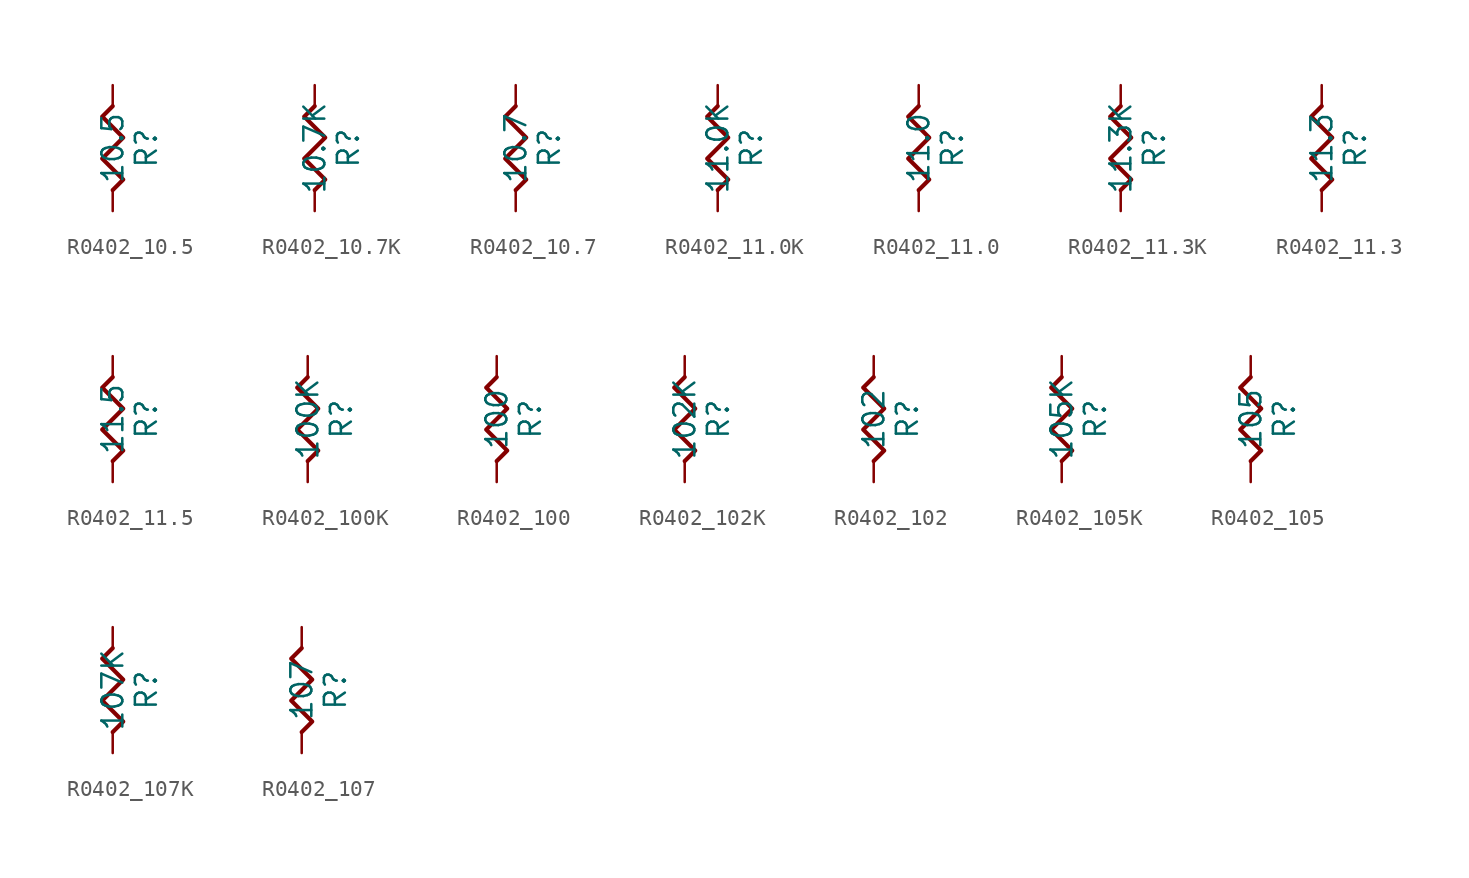
<source format=kicad_sym>
(kicad_symbol_lib
  (version 20211014)
  (generator atlantix-eda)
  (symbol "R0402_10.5"
    (pin_numbers hide)
    (pin_names
      (offset 0))
    (property "Reference" "R"
      (at 2.032 0 90)
      (effects (font (size 1.27 1.27))))
    (property "Value" "10.5"
      (at 0 0 90)
      (effects (font (size 1.27 1.27))))
    (symbol "R0402_10.5_0_1"
      (polyline (pts (xy 0 -2.54) (xy 0.635 -1.905) (xy -0.635 -0.635) (xy 0.635 0.635) (xy -0.635 1.905) (xy 0 2.54)) (stroke (width 0.254) (type default) (color 0 0 0 0)) (fill (type none))))
    (symbol "R0402_10.5_1_1"
      (pin passive line (at 0 3.81 270) (length 1.27) (name "~" (effects (font (size 1.27 1.27)))) (number "1" (effects (font (size 1.27 1.27)))))
      (pin passive line (at 0 -3.81 90) (length 1.27) (name "~" (effects (font (size 1.27 1.27)))) (number "2" (effects (font (size 1.27 1.27)))))))
  (symbol "R0402_10.7K"
    (pin_numbers hide)
    (pin_names
      (offset 0))
    (property "Reference" "R"
      (at 2.032 0 90)
      (effects (font (size 1.27 1.27))))
    (property "Value" "10.7K"
      (at 0 0 90)
      (effects (font (size 1.27 1.27))))
    (symbol "R0402_10.7K_0_1"
      (polyline (pts (xy 0 -2.54) (xy 0.635 -1.905) (xy -0.635 -0.635) (xy 0.635 0.635) (xy -0.635 1.905) (xy 0 2.54)) (stroke (width 0.254) (type default) (color 0 0 0 0)) (fill (type none))))
    (symbol "R0402_10.7K_1_1"
      (pin passive line (at 0 3.81 270) (length 1.27) (name "~" (effects (font (size 1.27 1.27)))) (number "1" (effects (font (size 1.27 1.27)))))
      (pin passive line (at 0 -3.81 90) (length 1.27) (name "~" (effects (font (size 1.27 1.27)))) (number "2" (effects (font (size 1.27 1.27)))))))
  (symbol "R0402_10.7"
    (pin_numbers hide)
    (pin_names
      (offset 0))
    (property "Reference" "R"
      (at 2.032 0 90)
      (effects (font (size 1.27 1.27))))
    (property "Value" "10.7"
      (at 0 0 90)
      (effects (font (size 1.27 1.27))))
    (symbol "R0402_10.7_0_1"
      (polyline (pts (xy 0 -2.54) (xy 0.635 -1.905) (xy -0.635 -0.635) (xy 0.635 0.635) (xy -0.635 1.905) (xy 0 2.54)) (stroke (width 0.254) (type default) (color 0 0 0 0)) (fill (type none))))
    (symbol "R0402_10.7_1_1"
      (pin passive line (at 0 3.81 270) (length 1.27) (name "~" (effects (font (size 1.27 1.27)))) (number "1" (effects (font (size 1.27 1.27)))))
      (pin passive line (at 0 -3.81 90) (length 1.27) (name "~" (effects (font (size 1.27 1.27)))) (number "2" (effects (font (size 1.27 1.27)))))))
  (symbol "R0402_11.0K"
    (pin_numbers hide)
    (pin_names
      (offset 0))
    (property "Reference" "R"
      (at 2.032 0 90)
      (effects (font (size 1.27 1.27))))
    (property "Value" "11.0K"
      (at 0 0 90)
      (effects (font (size 1.27 1.27))))
    (symbol "R0402_11.0K_0_1"
      (polyline (pts (xy 0 -2.54) (xy 0.635 -1.905) (xy -0.635 -0.635) (xy 0.635 0.635) (xy -0.635 1.905) (xy 0 2.54)) (stroke (width 0.254) (type default) (color 0 0 0 0)) (fill (type none))))
    (symbol "R0402_11.0K_1_1"
      (pin passive line (at 0 3.81 270) (length 1.27) (name "~" (effects (font (size 1.27 1.27)))) (number "1" (effects (font (size 1.27 1.27)))))
      (pin passive line (at 0 -3.81 90) (length 1.27) (name "~" (effects (font (size 1.27 1.27)))) (number "2" (effects (font (size 1.27 1.27)))))))
  (symbol "R0402_11.0"
    (pin_numbers hide)
    (pin_names
      (offset 0))
    (property "Reference" "R"
      (at 2.032 0 90)
      (effects (font (size 1.27 1.27))))
    (property "Value" "11.0"
      (at 0 0 90)
      (effects (font (size 1.27 1.27))))
    (symbol "R0402_11.0_0_1"
      (polyline (pts (xy 0 -2.54) (xy 0.635 -1.905) (xy -0.635 -0.635) (xy 0.635 0.635) (xy -0.635 1.905) (xy 0 2.54)) (stroke (width 0.254) (type default) (color 0 0 0 0)) (fill (type none))))
    (symbol "R0402_11.0_1_1"
      (pin passive line (at 0 3.81 270) (length 1.27) (name "~" (effects (font (size 1.27 1.27)))) (number "1" (effects (font (size 1.27 1.27)))))
      (pin passive line (at 0 -3.81 90) (length 1.27) (name "~" (effects (font (size 1.27 1.27)))) (number "2" (effects (font (size 1.27 1.27)))))))
  (symbol "R0402_11.3K"
    (pin_numbers hide)
    (pin_names
      (offset 0))
    (property "Reference" "R"
      (at 2.032 0 90)
      (effects (font (size 1.27 1.27))))
    (property "Value" "11.3K"
      (at 0 0 90)
      (effects (font (size 1.27 1.27))))
    (symbol "R0402_11.3K_0_1"
      (polyline (pts (xy 0 -2.54) (xy 0.635 -1.905) (xy -0.635 -0.635) (xy 0.635 0.635) (xy -0.635 1.905) (xy 0 2.54)) (stroke (width 0.254) (type default) (color 0 0 0 0)) (fill (type none))))
    (symbol "R0402_11.3K_1_1"
      (pin passive line (at 0 3.81 270) (length 1.27) (name "~" (effects (font (size 1.27 1.27)))) (number "1" (effects (font (size 1.27 1.27)))))
      (pin passive line (at 0 -3.81 90) (length 1.27) (name "~" (effects (font (size 1.27 1.27)))) (number "2" (effects (font (size 1.27 1.27)))))))
  (symbol "R0402_11.3"
    (pin_numbers hide)
    (pin_names
      (offset 0))
    (property "Reference" "R"
      (at 2.032 0 90)
      (effects (font (size 1.27 1.27))))
    (property "Value" "11.3"
      (at 0 0 90)
      (effects (font (size 1.27 1.27))))
    (symbol "R0402_11.3_0_1"
      (polyline (pts (xy 0 -2.54) (xy 0.635 -1.905) (xy -0.635 -0.635) (xy 0.635 0.635) (xy -0.635 1.905) (xy 0 2.54)) (stroke (width 0.254) (type default) (color 0 0 0 0)) (fill (type none))))
    (symbol "R0402_11.3_1_1"
      (pin passive line (at 0 3.81 270) (length 1.27) (name "~" (effects (font (size 1.27 1.27)))) (number "1" (effects (font (size 1.27 1.27)))))
      (pin passive line (at 0 -3.81 90) (length 1.27) (name "~" (effects (font (size 1.27 1.27)))) (number "2" (effects (font (size 1.27 1.27)))))))
  (symbol "R0402_11.5"
    (pin_numbers hide)
    (pin_names
      (offset 0))
    (property "Reference" "R"
      (at 2.032 0 90)
      (effects (font (size 1.27 1.27))))
    (property "Value" "11.5"
      (at 0 0 90)
      (effects (font (size 1.27 1.27))))
    (symbol "R0402_11.5_0_1"
      (polyline (pts (xy 0 -2.54) (xy 0.635 -1.905) (xy -0.635 -0.635) (xy 0.635 0.635) (xy -0.635 1.905) (xy 0 2.54)) (stroke (width 0.254) (type default) (color 0 0 0 0)) (fill (type none))))
    (symbol "R0402_11.5_1_1"
      (pin passive line (at 0 3.81 270) (length 1.27) (name "~" (effects (font (size 1.27 1.27)))) (number "1" (effects (font (size 1.27 1.27)))))
      (pin passive line (at 0 -3.81 90) (length 1.27) (name "~" (effects (font (size 1.27 1.27)))) (number "2" (effects (font (size 1.27 1.27)))))))
  (symbol "R0402_100K"
    (pin_numbers hide)
    (pin_names
      (offset 0))
    (property "Reference" "R"
      (at 2.032 0 90)
      (effects (font (size 1.27 1.27))))
    (property "Value" "100K"
      (at 0 0 90)
      (effects (font (size 1.27 1.27))))
    (symbol "R0402_100K_0_1"
      (polyline (pts (xy 0 -2.54) (xy 0.635 -1.905) (xy -0.635 -0.635) (xy 0.635 0.635) (xy -0.635 1.905) (xy 0 2.54)) (stroke (width 0.254) (type default) (color 0 0 0 0)) (fill (type none))))
    (symbol "R0402_100K_1_1"
      (pin passive line (at 0 3.81 270) (length 1.27) (name "~" (effects (font (size 1.27 1.27)))) (number "1" (effects (font (size 1.27 1.27)))))
      (pin passive line (at 0 -3.81 90) (length 1.27) (name "~" (effects (font (size 1.27 1.27)))) (number "2" (effects (font (size 1.27 1.27)))))))
  (symbol "R0402_100"
    (pin_numbers hide)
    (pin_names
      (offset 0))
    (property "Reference" "R"
      (at 2.032 0 90)
      (effects (font (size 1.27 1.27))))
    (property "Value" "100"
      (at 0 0 90)
      (effects (font (size 1.27 1.27))))
    (symbol "R0402_100_0_1"
      (polyline (pts (xy 0 -2.54) (xy 0.635 -1.905) (xy -0.635 -0.635) (xy 0.635 0.635) (xy -0.635 1.905) (xy 0 2.54)) (stroke (width 0.254) (type default) (color 0 0 0 0)) (fill (type none))))
    (symbol "R0402_100_1_1"
      (pin passive line (at 0 3.81 270) (length 1.27) (name "~" (effects (font (size 1.27 1.27)))) (number "1" (effects (font (size 1.27 1.27)))))
      (pin passive line (at 0 -3.81 90) (length 1.27) (name "~" (effects (font (size 1.27 1.27)))) (number "2" (effects (font (size 1.27 1.27)))))))
  (symbol "R0402_102K"
    (pin_numbers hide)
    (pin_names
      (offset 0))
    (property "Reference" "R"
      (at 2.032 0 90)
      (effects (font (size 1.27 1.27))))
    (property "Value" "102K"
      (at 0 0 90)
      (effects (font (size 1.27 1.27))))
    (symbol "R0402_102K_0_1"
      (polyline (pts (xy 0 -2.54) (xy 0.635 -1.905) (xy -0.635 -0.635) (xy 0.635 0.635) (xy -0.635 1.905) (xy 0 2.54)) (stroke (width 0.254) (type default) (color 0 0 0 0)) (fill (type none))))
    (symbol "R0402_102K_1_1"
      (pin passive line (at 0 3.81 270) (length 1.27) (name "~" (effects (font (size 1.27 1.27)))) (number "1" (effects (font (size 1.27 1.27)))))
      (pin passive line (at 0 -3.81 90) (length 1.27) (name "~" (effects (font (size 1.27 1.27)))) (number "2" (effects (font (size 1.27 1.27)))))))
  (symbol "R0402_102"
    (pin_numbers hide)
    (pin_names
      (offset 0))
    (property "Reference" "R"
      (at 2.032 0 90)
      (effects (font (size 1.27 1.27))))
    (property "Value" "102"
      (at 0 0 90)
      (effects (font (size 1.27 1.27))))
    (symbol "R0402_102_0_1"
      (polyline (pts (xy 0 -2.54) (xy 0.635 -1.905) (xy -0.635 -0.635) (xy 0.635 0.635) (xy -0.635 1.905) (xy 0 2.54)) (stroke (width 0.254) (type default) (color 0 0 0 0)) (fill (type none))))
    (symbol "R0402_102_1_1"
      (pin passive line (at 0 3.81 270) (length 1.27) (name "~" (effects (font (size 1.27 1.27)))) (number "1" (effects (font (size 1.27 1.27)))))
      (pin passive line (at 0 -3.81 90) (length 1.27) (name "~" (effects (font (size 1.27 1.27)))) (number "2" (effects (font (size 1.27 1.27)))))))
  (symbol "R0402_105K"
    (pin_numbers hide)
    (pin_names
      (offset 0))
    (property "Reference" "R"
      (at 2.032 0 90)
      (effects (font (size 1.27 1.27))))
    (property "Value" "105K"
      (at 0 0 90)
      (effects (font (size 1.27 1.27))))
    (symbol "R0402_105K_0_1"
      (polyline (pts (xy 0 -2.54) (xy 0.635 -1.905) (xy -0.635 -0.635) (xy 0.635 0.635) (xy -0.635 1.905) (xy 0 2.54)) (stroke (width 0.254) (type default) (color 0 0 0 0)) (fill (type none))))
    (symbol "R0402_105K_1_1"
      (pin passive line (at 0 3.81 270) (length 1.27) (name "~" (effects (font (size 1.27 1.27)))) (number "1" (effects (font (size 1.27 1.27)))))
      (pin passive line (at 0 -3.81 90) (length 1.27) (name "~" (effects (font (size 1.27 1.27)))) (number "2" (effects (font (size 1.27 1.27)))))))
  (symbol "R0402_105"
    (pin_numbers hide)
    (pin_names
      (offset 0))
    (property "Reference" "R"
      (at 2.032 0 90)
      (effects (font (size 1.27 1.27))))
    (property "Value" "105"
      (at 0 0 90)
      (effects (font (size 1.27 1.27))))
    (symbol "R0402_105_0_1"
      (polyline (pts (xy 0 -2.54) (xy 0.635 -1.905) (xy -0.635 -0.635) (xy 0.635 0.635) (xy -0.635 1.905) (xy 0 2.54)) (stroke (width 0.254) (type default) (color 0 0 0 0)) (fill (type none))))
    (symbol "R0402_105_1_1"
      (pin passive line (at 0 3.81 270) (length 1.27) (name "~" (effects (font (size 1.27 1.27)))) (number "1" (effects (font (size 1.27 1.27)))))
      (pin passive line (at 0 -3.81 90) (length 1.27) (name "~" (effects (font (size 1.27 1.27)))) (number "2" (effects (font (size 1.27 1.27)))))))
  (symbol "R0402_107K"
    (pin_numbers hide)
    (pin_names
      (offset 0))
    (property "Reference" "R"
      (at 2.032 0 90)
      (effects (font (size 1.27 1.27))))
    (property "Value" "107K"
      (at 0 0 90)
      (effects (font (size 1.27 1.27))))
    (symbol "R0402_107K_0_1"
      (polyline (pts (xy 0 -2.54) (xy 0.635 -1.905) (xy -0.635 -0.635) (xy 0.635 0.635) (xy -0.635 1.905) (xy 0 2.54)) (stroke (width 0.254) (type default) (color 0 0 0 0)) (fill (type none))))
    (symbol "R0402_107K_1_1"
      (pin passive line (at 0 3.81 270) (length 1.27) (name "~" (effects (font (size 1.27 1.27)))) (number "1" (effects (font (size 1.27 1.27)))))
      (pin passive line (at 0 -3.81 90) (length 1.27) (name "~" (effects (font (size 1.27 1.27)))) (number "2" (effects (font (size 1.27 1.27)))))))
  (symbol "R0402_107"
    (pin_numbers hide)
    (pin_names
      (offset 0))
    (property "Reference" "R"
      (at 2.032 0 90)
      (effects (font (size 1.27 1.27))))
    (property "Value" "107"
      (at 0 0 90)
      (effects (font (size 1.27 1.27))))
    (symbol "R0402_107_0_1"
      (polyline (pts (xy 0 -2.54) (xy 0.635 -1.905) (xy -0.635 -0.635) (xy 0.635 0.635) (xy -0.635 1.905) (xy 0 2.54)) (stroke (width 0.254) (type default) (color 0 0 0 0)) (fill (type none))))
    (symbol "R0402_107_1_1"
      (pin passive line (at 0 3.81 270) (length 1.27) (name "~" (effects (font (size 1.27 1.27)))) (number "1" (effects (font (size 1.27 1.27)))))
      (pin passive line (at 0 -3.81 90) (length 1.27) (name "~" (effects (font (size 1.27 1.27)))) (number "2" (effects (font (size 1.27 1.27))))))))
</source>
